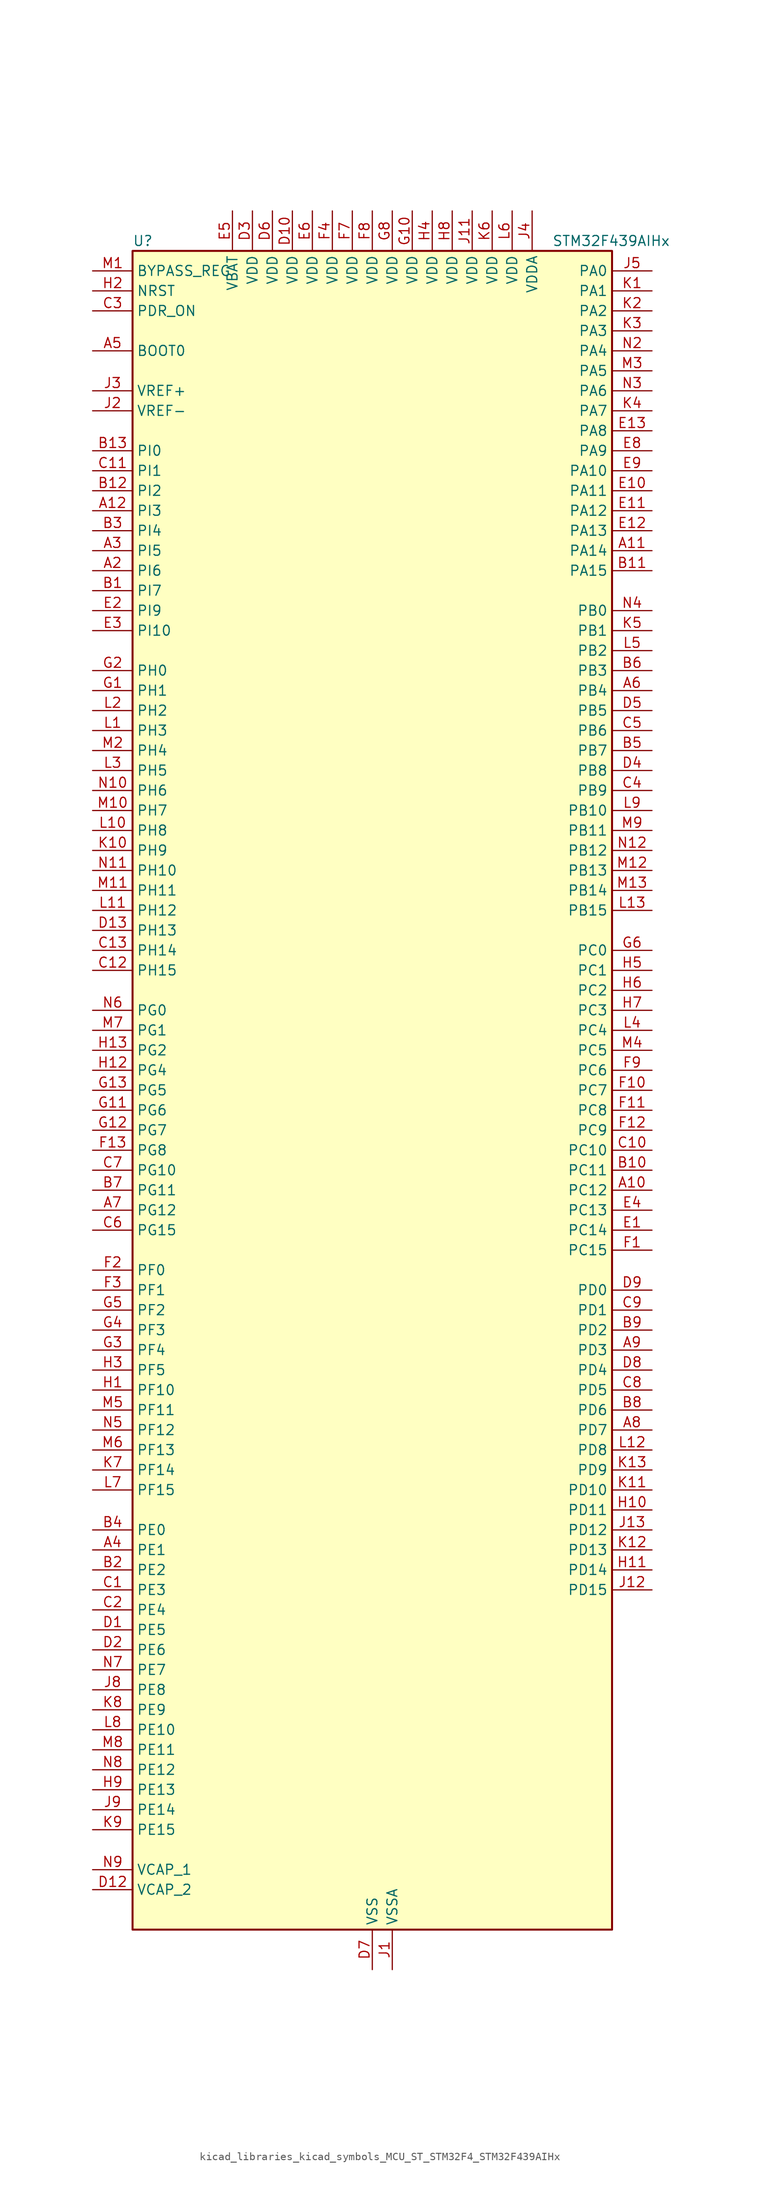
<source format=kicad_sym>
(kicad_symbol_lib
  (version 20220914)
  (generator kicad_symbol_editor)
  (symbol "kicad_libraries_kicad_symbols_MCU_ST_STM32F4_STM32F439AIHx"
    (property "Reference" "U"
      (at -30.48 107.95 0)
      (effects (font (size 1.27 1.27)) (justify left)))
    (property "Value" "STM32F439AIHx"
      (at 22.86 107.95 0)
      (effects (font (size 1.27 1.27)) (justify left)))
    (property "ki_locked" ""
      (at 0 0 0)
      (effects (font (size 1.27 1.27))))
    (symbol "kicad_libraries_kicad_symbols_MCU_ST_STM32F4_STM32F439AIHx_0_1"
      (rectangle (start -30.48 -106.68) (end 30.48 106.68) (stroke (width 0.254) (type default)) (fill (type background))))
    (symbol "kicad_libraries_kicad_symbols_MCU_ST_STM32F4_STM32F439AIHx_1_1"
      (pin no_connect line (at -30.48 -106.68 0) (length 5.08) hide (name "NC" (effects (font (size 1.27 1.27)))) (number "A1" (effects (font (size 1.27 1.27)))))
      (pin bidirectional line (at 35.56 -12.7 180) (length 5.08) (name "PC12" (effects (font (size 1.27 1.27)))) (number "A10" (effects (font (size 1.27 1.27)))) (alternate "DCMI_D9" bidirectional line) (alternate "I2S3_SD" bidirectional line) (alternate "SDIO_CK" bidirectional line) (alternate "SPI3_MOSI" bidirectional line) (alternate "UART5_TX" bidirectional line) (alternate "USART3_CK" bidirectional line))
      (pin bidirectional line (at 35.56 68.58 180) (length 5.08) (name "PA14" (effects (font (size 1.27 1.27)))) (number "A11" (effects (font (size 1.27 1.27)))) (alternate "SYS_JTCK-SWCLK" bidirectional line))
      (pin bidirectional line (at -35.56 73.66 0) (length 5.08) (name "PI3" (effects (font (size 1.27 1.27)))) (number "A12" (effects (font (size 1.27 1.27)))) (alternate "DCMI_D10" bidirectional line) (alternate "FMC_D27" bidirectional line) (alternate "I2S2_SD" bidirectional line) (alternate "SPI2_MOSI" bidirectional line) (alternate "TIM8_ETR" bidirectional line))
      (pin no_connect line (at -30.48 -104.14 0) (length 5.08) hide (name "NC" (effects (font (size 1.27 1.27)))) (number "A13" (effects (font (size 1.27 1.27)))))
      (pin bidirectional line (at -35.56 66.04 0) (length 5.08) (name "PI6" (effects (font (size 1.27 1.27)))) (number "A2" (effects (font (size 1.27 1.27)))) (alternate "DCMI_D6" bidirectional line) (alternate "FMC_D28" bidirectional line) (alternate "LTDC_B6" bidirectional line) (alternate "TIM8_CH2" bidirectional line))
      (pin bidirectional line (at -35.56 68.58 0) (length 5.08) (name "PI5" (effects (font (size 1.27 1.27)))) (number "A3" (effects (font (size 1.27 1.27)))) (alternate "DCMI_VSYNC" bidirectional line) (alternate "FMC_NBL3" bidirectional line) (alternate "LTDC_B5" bidirectional line) (alternate "TIM8_CH1" bidirectional line))
      (pin bidirectional line (at -35.56 -58.42 0) (length 5.08) (name "PE1" (effects (font (size 1.27 1.27)))) (number "A4" (effects (font (size 1.27 1.27)))) (alternate "DCMI_D3" bidirectional line) (alternate "FMC_NBL1" bidirectional line) (alternate "UART8_TX" bidirectional line))
      (pin input line (at -35.56 93.98 0) (length 5.08) (name "BOOT0" (effects (font (size 1.27 1.27)))) (number "A5" (effects (font (size 1.27 1.27)))))
      (pin bidirectional line (at 35.56 50.8 180) (length 5.08) (name "PB4" (effects (font (size 1.27 1.27)))) (number "A6" (effects (font (size 1.27 1.27)))) (alternate "I2S3_ext_SD" bidirectional line) (alternate "SPI1_MISO" bidirectional line) (alternate "SPI3_MISO" bidirectional line) (alternate "SYS_JTRST" bidirectional line) (alternate "TIM3_CH1" bidirectional line))
      (pin bidirectional line (at -35.56 -15.24 0) (length 5.08) (name "PG12" (effects (font (size 1.27 1.27)))) (number "A7" (effects (font (size 1.27 1.27)))) (alternate "FMC_NE4" bidirectional line) (alternate "LTDC_B1" bidirectional line) (alternate "LTDC_B4" bidirectional line) (alternate "USART6_RTS" bidirectional line))
      (pin bidirectional line (at 35.56 -43.18 180) (length 5.08) (name "PD7" (effects (font (size 1.27 1.27)))) (number "A8" (effects (font (size 1.27 1.27)))) (alternate "FMC_NCE2" bidirectional line) (alternate "FMC_NE1" bidirectional line) (alternate "USART2_CK" bidirectional line))
      (pin bidirectional line (at 35.56 -33.02 180) (length 5.08) (name "PD3" (effects (font (size 1.27 1.27)))) (number "A9" (effects (font (size 1.27 1.27)))) (alternate "DCMI_D5" bidirectional line) (alternate "FMC_CLK" bidirectional line) (alternate "I2S2_CK" bidirectional line) (alternate "LTDC_G7" bidirectional line) (alternate "SPI2_SCK" bidirectional line) (alternate "USART2_CTS" bidirectional line))
      (pin bidirectional line (at -35.56 63.5 0) (length 5.08) (name "PI7" (effects (font (size 1.27 1.27)))) (number "B1" (effects (font (size 1.27 1.27)))) (alternate "DCMI_D7" bidirectional line) (alternate "FMC_D29" bidirectional line) (alternate "LTDC_B7" bidirectional line) (alternate "TIM8_CH3" bidirectional line))
      (pin bidirectional line (at 35.56 -10.16 180) (length 5.08) (name "PC11" (effects (font (size 1.27 1.27)))) (number "B10" (effects (font (size 1.27 1.27)))) (alternate "ADC1_EXTI11" bidirectional line) (alternate "ADC2_EXTI11" bidirectional line) (alternate "ADC3_EXTI11" bidirectional line) (alternate "DCMI_D4" bidirectional line) (alternate "I2S3_ext_SD" bidirectional line) (alternate "SDIO_D3" bidirectional line) (alternate "SPI3_MISO" bidirectional line) (alternate "UART4_RX" bidirectional line) (alternate "USART3_RX" bidirectional line))
      (pin bidirectional line (at 35.56 66.04 180) (length 5.08) (name "PA15" (effects (font (size 1.27 1.27)))) (number "B11" (effects (font (size 1.27 1.27)))) (alternate "ADC1_EXTI15" bidirectional line) (alternate "ADC2_EXTI15" bidirectional line) (alternate "ADC3_EXTI15" bidirectional line) (alternate "I2S3_WS" bidirectional line) (alternate "SPI1_NSS" bidirectional line) (alternate "SPI3_NSS" bidirectional line) (alternate "SYS_JTDI" bidirectional line) (alternate "TIM2_CH1" bidirectional line) (alternate "TIM2_ETR" bidirectional line))
      (pin bidirectional line (at -35.56 76.2 0) (length 5.08) (name "PI2" (effects (font (size 1.27 1.27)))) (number "B12" (effects (font (size 1.27 1.27)))) (alternate "DCMI_D9" bidirectional line) (alternate "FMC_D26" bidirectional line) (alternate "I2S2_ext_SD" bidirectional line) (alternate "LTDC_G7" bidirectional line) (alternate "SPI2_MISO" bidirectional line) (alternate "TIM8_CH4" bidirectional line))
      (pin bidirectional line (at -35.56 81.28 0) (length 5.08) (name "PI0" (effects (font (size 1.27 1.27)))) (number "B13" (effects (font (size 1.27 1.27)))) (alternate "DCMI_D13" bidirectional line) (alternate "FMC_D24" bidirectional line) (alternate "I2S2_WS" bidirectional line) (alternate "LTDC_G5" bidirectional line) (alternate "SPI2_NSS" bidirectional line) (alternate "TIM5_CH4" bidirectional line))
      (pin bidirectional line (at -35.56 -60.96 0) (length 5.08) (name "PE2" (effects (font (size 1.27 1.27)))) (number "B2" (effects (font (size 1.27 1.27)))) (alternate "ETH_TXD3" bidirectional line) (alternate "FMC_A23" bidirectional line) (alternate "SAI1_MCLK_A" bidirectional line) (alternate "SPI4_SCK" bidirectional line) (alternate "SYS_TRACECLK" bidirectional line))
      (pin bidirectional line (at -35.56 71.12 0) (length 5.08) (name "PI4" (effects (font (size 1.27 1.27)))) (number "B3" (effects (font (size 1.27 1.27)))) (alternate "DCMI_D5" bidirectional line) (alternate "FMC_NBL2" bidirectional line) (alternate "LTDC_B4" bidirectional line) (alternate "TIM8_BKIN" bidirectional line))
      (pin bidirectional line (at -35.56 -55.88 0) (length 5.08) (name "PE0" (effects (font (size 1.27 1.27)))) (number "B4" (effects (font (size 1.27 1.27)))) (alternate "DCMI_D2" bidirectional line) (alternate "FMC_NBL0" bidirectional line) (alternate "TIM4_ETR" bidirectional line) (alternate "UART8_RX" bidirectional line))
      (pin bidirectional line (at 35.56 43.18 180) (length 5.08) (name "PB7" (effects (font (size 1.27 1.27)))) (number "B5" (effects (font (size 1.27 1.27)))) (alternate "DCMI_VSYNC" bidirectional line) (alternate "FMC_NL" bidirectional line) (alternate "I2C1_SDA" bidirectional line) (alternate "TIM4_CH2" bidirectional line) (alternate "USART1_RX" bidirectional line))
      (pin bidirectional line (at 35.56 53.34 180) (length 5.08) (name "PB3" (effects (font (size 1.27 1.27)))) (number "B6" (effects (font (size 1.27 1.27)))) (alternate "I2S3_CK" bidirectional line) (alternate "SPI1_SCK" bidirectional line) (alternate "SPI3_SCK" bidirectional line) (alternate "SYS_JTDO-SWO" bidirectional line) (alternate "TIM2_CH2" bidirectional line))
      (pin bidirectional line (at -35.56 -12.7 0) (length 5.08) (name "PG11" (effects (font (size 1.27 1.27)))) (number "B7" (effects (font (size 1.27 1.27)))) (alternate "ADC1_EXTI11" bidirectional line) (alternate "ADC2_EXTI11" bidirectional line) (alternate "ADC3_EXTI11" bidirectional line) (alternate "DCMI_D3" bidirectional line) (alternate "ETH_TX_EN" bidirectional line) (alternate "LTDC_B3" bidirectional line))
      (pin bidirectional line (at 35.56 -40.64 180) (length 5.08) (name "PD6" (effects (font (size 1.27 1.27)))) (number "B8" (effects (font (size 1.27 1.27)))) (alternate "DCMI_D10" bidirectional line) (alternate "FMC_NWAIT" bidirectional line) (alternate "I2S3_SD" bidirectional line) (alternate "LTDC_B2" bidirectional line) (alternate "SAI1_SD_A" bidirectional line) (alternate "SPI3_MOSI" bidirectional line) (alternate "USART2_RX" bidirectional line))
      (pin bidirectional line (at 35.56 -30.48 180) (length 5.08) (name "PD2" (effects (font (size 1.27 1.27)))) (number "B9" (effects (font (size 1.27 1.27)))) (alternate "DCMI_D11" bidirectional line) (alternate "SDIO_CMD" bidirectional line) (alternate "TIM3_ETR" bidirectional line) (alternate "UART5_RX" bidirectional line))
      (pin bidirectional line (at -35.56 -63.5 0) (length 5.08) (name "PE3" (effects (font (size 1.27 1.27)))) (number "C1" (effects (font (size 1.27 1.27)))) (alternate "FMC_A19" bidirectional line) (alternate "SAI1_SD_B" bidirectional line) (alternate "SYS_TRACED0" bidirectional line))
      (pin bidirectional line (at 35.56 -7.62 180) (length 5.08) (name "PC10" (effects (font (size 1.27 1.27)))) (number "C10" (effects (font (size 1.27 1.27)))) (alternate "DCMI_D8" bidirectional line) (alternate "I2S3_CK" bidirectional line) (alternate "LTDC_R2" bidirectional line) (alternate "SDIO_D2" bidirectional line) (alternate "SPI3_SCK" bidirectional line) (alternate "UART4_TX" bidirectional line) (alternate "USART3_TX" bidirectional line))
      (pin bidirectional line (at -35.56 78.74 0) (length 5.08) (name "PI1" (effects (font (size 1.27 1.27)))) (number "C11" (effects (font (size 1.27 1.27)))) (alternate "DCMI_D8" bidirectional line) (alternate "FMC_D25" bidirectional line) (alternate "I2S2_CK" bidirectional line) (alternate "LTDC_G6" bidirectional line) (alternate "SPI2_SCK" bidirectional line))
      (pin bidirectional line (at -35.56 15.24 0) (length 5.08) (name "PH15" (effects (font (size 1.27 1.27)))) (number "C12" (effects (font (size 1.27 1.27)))) (alternate "ADC1_EXTI15" bidirectional line) (alternate "ADC2_EXTI15" bidirectional line) (alternate "ADC3_EXTI15" bidirectional line) (alternate "DCMI_D11" bidirectional line) (alternate "FMC_D23" bidirectional line) (alternate "LTDC_G4" bidirectional line) (alternate "TIM8_CH3N" bidirectional line))
      (pin bidirectional line (at -35.56 17.78 0) (length 5.08) (name "PH14" (effects (font (size 1.27 1.27)))) (number "C13" (effects (font (size 1.27 1.27)))) (alternate "DCMI_D4" bidirectional line) (alternate "FMC_D22" bidirectional line) (alternate "LTDC_G3" bidirectional line) (alternate "TIM8_CH2N" bidirectional line))
      (pin bidirectional line (at -35.56 -66.04 0) (length 5.08) (name "PE4" (effects (font (size 1.27 1.27)))) (number "C2" (effects (font (size 1.27 1.27)))) (alternate "DCMI_D4" bidirectional line) (alternate "FMC_A20" bidirectional line) (alternate "LTDC_B0" bidirectional line) (alternate "SAI1_FS_A" bidirectional line) (alternate "SPI4_NSS" bidirectional line) (alternate "SYS_TRACED1" bidirectional line))
      (pin input line (at -35.56 99.06 0) (length 5.08) (name "PDR_ON" (effects (font (size 1.27 1.27)))) (number "C3" (effects (font (size 1.27 1.27)))))
      (pin bidirectional line (at 35.56 38.1 180) (length 5.08) (name "PB9" (effects (font (size 1.27 1.27)))) (number "C4" (effects (font (size 1.27 1.27)))) (alternate "CAN1_TX" bidirectional line) (alternate "DAC_EXTI9" bidirectional line) (alternate "DCMI_D7" bidirectional line) (alternate "I2C1_SDA" bidirectional line) (alternate "I2S2_WS" bidirectional line) (alternate "LTDC_B7" bidirectional line) (alternate "SDIO_D5" bidirectional line) (alternate "SPI2_NSS" bidirectional line) (alternate "TIM11_CH1" bidirectional line) (alternate "TIM4_CH4" bidirectional line))
      (pin bidirectional line (at 35.56 45.72 180) (length 5.08) (name "PB6" (effects (font (size 1.27 1.27)))) (number "C5" (effects (font (size 1.27 1.27)))) (alternate "CAN2_TX" bidirectional line) (alternate "DCMI_D5" bidirectional line) (alternate "FMC_SDNE1" bidirectional line) (alternate "I2C1_SCL" bidirectional line) (alternate "TIM4_CH1" bidirectional line) (alternate "USART1_TX" bidirectional line))
      (pin bidirectional line (at -35.56 -17.78 0) (length 5.08) (name "PG15" (effects (font (size 1.27 1.27)))) (number "C6" (effects (font (size 1.27 1.27)))) (alternate "ADC1_EXTI15" bidirectional line) (alternate "ADC2_EXTI15" bidirectional line) (alternate "ADC3_EXTI15" bidirectional line) (alternate "DCMI_D13" bidirectional line) (alternate "FMC_SDNCAS" bidirectional line) (alternate "USART6_CTS" bidirectional line))
      (pin bidirectional line (at -35.56 -10.16 0) (length 5.08) (name "PG10" (effects (font (size 1.27 1.27)))) (number "C7" (effects (font (size 1.27 1.27)))) (alternate "DCMI_D2" bidirectional line) (alternate "FMC_NE3" bidirectional line) (alternate "LTDC_B2" bidirectional line) (alternate "LTDC_G3" bidirectional line))
      (pin bidirectional line (at 35.56 -38.1 180) (length 5.08) (name "PD5" (effects (font (size 1.27 1.27)))) (number "C8" (effects (font (size 1.27 1.27)))) (alternate "FMC_NWE" bidirectional line) (alternate "USART2_TX" bidirectional line))
      (pin bidirectional line (at 35.56 -27.94 180) (length 5.08) (name "PD1" (effects (font (size 1.27 1.27)))) (number "C9" (effects (font (size 1.27 1.27)))) (alternate "CAN1_TX" bidirectional line) (alternate "FMC_D3" bidirectional line) (alternate "FMC_DA3" bidirectional line))
      (pin bidirectional line (at -35.56 -68.58 0) (length 5.08) (name "PE5" (effects (font (size 1.27 1.27)))) (number "D1" (effects (font (size 1.27 1.27)))) (alternate "DCMI_D6" bidirectional line) (alternate "FMC_A21" bidirectional line) (alternate "LTDC_G0" bidirectional line) (alternate "SAI1_SCK_A" bidirectional line) (alternate "SPI4_MISO" bidirectional line) (alternate "SYS_TRACED2" bidirectional line) (alternate "TIM9_CH1" bidirectional line))
      (pin power_in line (at -10.16 111.76 270) (length 5.08) (name "VDD" (effects (font (size 1.27 1.27)))) (number "D10" (effects (font (size 1.27 1.27)))))
      (pin passive line (at 0 -111.76 90) (length 5.08) hide (name "VSS" (effects (font (size 1.27 1.27)))) (number "D11" (effects (font (size 1.27 1.27)))))
      (pin power_out line (at -35.56 -101.6 0) (length 5.08) (name "VCAP_2" (effects (font (size 1.27 1.27)))) (number "D12" (effects (font (size 1.27 1.27)))))
      (pin bidirectional line (at -35.56 20.32 0) (length 5.08) (name "PH13" (effects (font (size 1.27 1.27)))) (number "D13" (effects (font (size 1.27 1.27)))) (alternate "CAN1_TX" bidirectional line) (alternate "FMC_D21" bidirectional line) (alternate "LTDC_G2" bidirectional line) (alternate "TIM8_CH1N" bidirectional line))
      (pin bidirectional line (at -35.56 -71.12 0) (length 5.08) (name "PE6" (effects (font (size 1.27 1.27)))) (number "D2" (effects (font (size 1.27 1.27)))) (alternate "DCMI_D7" bidirectional line) (alternate "FMC_A22" bidirectional line) (alternate "LTDC_G1" bidirectional line) (alternate "SAI1_SD_A" bidirectional line) (alternate "SPI4_MOSI" bidirectional line) (alternate "SYS_TRACED3" bidirectional line) (alternate "TIM9_CH2" bidirectional line))
      (pin power_in line (at -15.24 111.76 270) (length 5.08) (name "VDD" (effects (font (size 1.27 1.27)))) (number "D3" (effects (font (size 1.27 1.27)))))
      (pin bidirectional line (at 35.56 40.64 180) (length 5.08) (name "PB8" (effects (font (size 1.27 1.27)))) (number "D4" (effects (font (size 1.27 1.27)))) (alternate "CAN1_RX" bidirectional line) (alternate "DCMI_D6" bidirectional line) (alternate "ETH_TXD3" bidirectional line) (alternate "I2C1_SCL" bidirectional line) (alternate "LTDC_B6" bidirectional line) (alternate "SDIO_D4" bidirectional line) (alternate "TIM10_CH1" bidirectional line) (alternate "TIM4_CH3" bidirectional line))
      (pin bidirectional line (at 35.56 48.26 180) (length 5.08) (name "PB5" (effects (font (size 1.27 1.27)))) (number "D5" (effects (font (size 1.27 1.27)))) (alternate "CAN2_RX" bidirectional line) (alternate "DCMI_D10" bidirectional line) (alternate "ETH_PPS_OUT" bidirectional line) (alternate "FMC_SDCKE1" bidirectional line) (alternate "I2C1_SMBA" bidirectional line) (alternate "I2S3_SD" bidirectional line) (alternate "SPI1_MOSI" bidirectional line) (alternate "SPI3_MOSI" bidirectional line) (alternate "TIM3_CH2" bidirectional line) (alternate "USB_OTG_HS_ULPI_D7" bidirectional line))
      (pin power_in line (at -12.7 111.76 270) (length 5.08) (name "VDD" (effects (font (size 1.27 1.27)))) (number "D6" (effects (font (size 1.27 1.27)))))
      (pin power_in line (at 0 -111.76 90) (length 5.08) (name "VSS" (effects (font (size 1.27 1.27)))) (number "D7" (effects (font (size 1.27 1.27)))))
      (pin bidirectional line (at 35.56 -35.56 180) (length 5.08) (name "PD4" (effects (font (size 1.27 1.27)))) (number "D8" (effects (font (size 1.27 1.27)))) (alternate "FMC_NOE" bidirectional line) (alternate "USART2_RTS" bidirectional line))
      (pin bidirectional line (at 35.56 -25.4 180) (length 5.08) (name "PD0" (effects (font (size 1.27 1.27)))) (number "D9" (effects (font (size 1.27 1.27)))) (alternate "CAN1_RX" bidirectional line) (alternate "FMC_D2" bidirectional line) (alternate "FMC_DA2" bidirectional line))
      (pin bidirectional line (at 35.56 -17.78 180) (length 5.08) (name "PC14" (effects (font (size 1.27 1.27)))) (number "E1" (effects (font (size 1.27 1.27)))) (alternate "RCC_OSC32_IN" bidirectional line))
      (pin bidirectional line (at 35.56 76.2 180) (length 5.08) (name "PA11" (effects (font (size 1.27 1.27)))) (number "E10" (effects (font (size 1.27 1.27)))) (alternate "ADC1_EXTI11" bidirectional line) (alternate "ADC2_EXTI11" bidirectional line) (alternate "ADC3_EXTI11" bidirectional line) (alternate "CAN1_RX" bidirectional line) (alternate "LTDC_R4" bidirectional line) (alternate "TIM1_CH4" bidirectional line) (alternate "USART1_CTS" bidirectional line) (alternate "USB_OTG_FS_DM" bidirectional line))
      (pin bidirectional line (at 35.56 73.66 180) (length 5.08) (name "PA12" (effects (font (size 1.27 1.27)))) (number "E11" (effects (font (size 1.27 1.27)))) (alternate "CAN1_TX" bidirectional line) (alternate "LTDC_R5" bidirectional line) (alternate "TIM1_ETR" bidirectional line) (alternate "USART1_RTS" bidirectional line) (alternate "USB_OTG_FS_DP" bidirectional line))
      (pin bidirectional line (at 35.56 71.12 180) (length 5.08) (name "PA13" (effects (font (size 1.27 1.27)))) (number "E12" (effects (font (size 1.27 1.27)))) (alternate "SYS_JTMS-SWDIO" bidirectional line))
      (pin bidirectional line (at 35.56 83.82 180) (length 5.08) (name "PA8" (effects (font (size 1.27 1.27)))) (number "E13" (effects (font (size 1.27 1.27)))) (alternate "I2C3_SCL" bidirectional line) (alternate "LTDC_R6" bidirectional line) (alternate "RCC_MCO_1" bidirectional line) (alternate "TIM1_CH1" bidirectional line) (alternate "USART1_CK" bidirectional line) (alternate "USB_OTG_FS_SOF" bidirectional line))
      (pin bidirectional line (at -35.56 60.96 0) (length 5.08) (name "PI9" (effects (font (size 1.27 1.27)))) (number "E2" (effects (font (size 1.27 1.27)))) (alternate "CAN1_RX" bidirectional line) (alternate "DAC_EXTI9" bidirectional line) (alternate "FMC_D30" bidirectional line) (alternate "LTDC_VSYNC" bidirectional line))
      (pin bidirectional line (at -35.56 58.42 0) (length 5.08) (name "PI10" (effects (font (size 1.27 1.27)))) (number "E3" (effects (font (size 1.27 1.27)))) (alternate "ETH_RX_ER" bidirectional line) (alternate "FMC_D31" bidirectional line) (alternate "LTDC_HSYNC" bidirectional line))
      (pin bidirectional line (at 35.56 -15.24 180) (length 5.08) (name "PC13" (effects (font (size 1.27 1.27)))) (number "E4" (effects (font (size 1.27 1.27)))) (alternate "RTC_AF1" bidirectional line))
      (pin power_in line (at -17.78 111.76 270) (length 5.08) (name "VBAT" (effects (font (size 1.27 1.27)))) (number "E5" (effects (font (size 1.27 1.27)))))
      (pin power_in line (at -7.62 111.76 270) (length 5.08) (name "VDD" (effects (font (size 1.27 1.27)))) (number "E6" (effects (font (size 1.27 1.27)))))
      (pin passive line (at 0 -111.76 90) (length 5.08) hide (name "VSS" (effects (font (size 1.27 1.27)))) (number "E7" (effects (font (size 1.27 1.27)))))
      (pin bidirectional line (at 35.56 81.28 180) (length 5.08) (name "PA9" (effects (font (size 1.27 1.27)))) (number "E8" (effects (font (size 1.27 1.27)))) (alternate "DAC_EXTI9" bidirectional line) (alternate "DCMI_D0" bidirectional line) (alternate "I2C3_SMBA" bidirectional line) (alternate "TIM1_CH2" bidirectional line) (alternate "USART1_TX" bidirectional line) (alternate "USB_OTG_FS_VBUS" bidirectional line))
      (pin bidirectional line (at 35.56 78.74 180) (length 5.08) (name "PA10" (effects (font (size 1.27 1.27)))) (number "E9" (effects (font (size 1.27 1.27)))) (alternate "DCMI_D1" bidirectional line) (alternate "TIM1_CH3" bidirectional line) (alternate "USART1_RX" bidirectional line) (alternate "USB_OTG_FS_ID" bidirectional line))
      (pin bidirectional line (at 35.56 -20.32 180) (length 5.08) (name "PC15" (effects (font (size 1.27 1.27)))) (number "F1" (effects (font (size 1.27 1.27)))) (alternate "ADC1_EXTI15" bidirectional line) (alternate "ADC2_EXTI15" bidirectional line) (alternate "ADC3_EXTI15" bidirectional line) (alternate "RCC_OSC32_OUT" bidirectional line))
      (pin bidirectional line (at 35.56 0 180) (length 5.08) (name "PC7" (effects (font (size 1.27 1.27)))) (number "F10" (effects (font (size 1.27 1.27)))) (alternate "DCMI_D1" bidirectional line) (alternate "I2S3_MCK" bidirectional line) (alternate "LTDC_G6" bidirectional line) (alternate "SDIO_D7" bidirectional line) (alternate "TIM3_CH2" bidirectional line) (alternate "TIM8_CH2" bidirectional line) (alternate "USART6_RX" bidirectional line))
      (pin bidirectional line (at 35.56 -2.54 180) (length 5.08) (name "PC8" (effects (font (size 1.27 1.27)))) (number "F11" (effects (font (size 1.27 1.27)))) (alternate "DCMI_D2" bidirectional line) (alternate "SDIO_D0" bidirectional line) (alternate "TIM3_CH3" bidirectional line) (alternate "TIM8_CH3" bidirectional line) (alternate "USART6_CK" bidirectional line))
      (pin bidirectional line (at 35.56 -5.08 180) (length 5.08) (name "PC9" (effects (font (size 1.27 1.27)))) (number "F12" (effects (font (size 1.27 1.27)))) (alternate "DAC_EXTI9" bidirectional line) (alternate "DCMI_D3" bidirectional line) (alternate "I2C3_SDA" bidirectional line) (alternate "I2S_CKIN" bidirectional line) (alternate "RCC_MCO_2" bidirectional line) (alternate "SDIO_D1" bidirectional line) (alternate "TIM3_CH4" bidirectional line) (alternate "TIM8_CH4" bidirectional line))
      (pin bidirectional line (at -35.56 -7.62 0) (length 5.08) (name "PG8" (effects (font (size 1.27 1.27)))) (number "F13" (effects (font (size 1.27 1.27)))) (alternate "ETH_PPS_OUT" bidirectional line) (alternate "FMC_SDCLK" bidirectional line) (alternate "USART6_RTS" bidirectional line))
      (pin bidirectional line (at -35.56 -22.86 0) (length 5.08) (name "PF0" (effects (font (size 1.27 1.27)))) (number "F2" (effects (font (size 1.27 1.27)))) (alternate "FMC_A0" bidirectional line) (alternate "I2C2_SDA" bidirectional line))
      (pin bidirectional line (at -35.56 -25.4 0) (length 5.08) (name "PF1" (effects (font (size 1.27 1.27)))) (number "F3" (effects (font (size 1.27 1.27)))) (alternate "FMC_A1" bidirectional line) (alternate "I2C2_SCL" bidirectional line))
      (pin power_in line (at -5.08 111.76 270) (length 5.08) (name "VDD" (effects (font (size 1.27 1.27)))) (number "F4" (effects (font (size 1.27 1.27)))))
      (pin passive line (at 0 -111.76 90) (length 5.08) hide (name "VSS" (effects (font (size 1.27 1.27)))) (number "F5" (effects (font (size 1.27 1.27)))))
      (pin passive line (at 0 -111.76 90) (length 5.08) hide (name "VSS" (effects (font (size 1.27 1.27)))) (number "F6" (effects (font (size 1.27 1.27)))))
      (pin power_in line (at -2.54 111.76 270) (length 5.08) (name "VDD" (effects (font (size 1.27 1.27)))) (number "F7" (effects (font (size 1.27 1.27)))))
      (pin power_in line (at 0 111.76 270) (length 5.08) (name "VDD" (effects (font (size 1.27 1.27)))) (number "F8" (effects (font (size 1.27 1.27)))))
      (pin bidirectional line (at 35.56 2.54 180) (length 5.08) (name "PC6" (effects (font (size 1.27 1.27)))) (number "F9" (effects (font (size 1.27 1.27)))) (alternate "DCMI_D0" bidirectional line) (alternate "I2S2_MCK" bidirectional line) (alternate "LTDC_HSYNC" bidirectional line) (alternate "SDIO_D6" bidirectional line) (alternate "TIM3_CH1" bidirectional line) (alternate "TIM8_CH1" bidirectional line) (alternate "USART6_TX" bidirectional line))
      (pin bidirectional line (at -35.56 50.8 0) (length 5.08) (name "PH1" (effects (font (size 1.27 1.27)))) (number "G1" (effects (font (size 1.27 1.27)))) (alternate "RCC_OSC_OUT" bidirectional line))
      (pin power_in line (at 5.08 111.76 270) (length 5.08) (name "VDD" (effects (font (size 1.27 1.27)))) (number "G10" (effects (font (size 1.27 1.27)))))
      (pin bidirectional line (at -35.56 -2.54 0) (length 5.08) (name "PG6" (effects (font (size 1.27 1.27)))) (number "G11" (effects (font (size 1.27 1.27)))) (alternate "DCMI_D12" bidirectional line) (alternate "FMC_INT2" bidirectional line) (alternate "LTDC_R7" bidirectional line))
      (pin bidirectional line (at -35.56 -5.08 0) (length 5.08) (name "PG7" (effects (font (size 1.27 1.27)))) (number "G12" (effects (font (size 1.27 1.27)))) (alternate "DCMI_D13" bidirectional line) (alternate "LTDC_CLK" bidirectional line) (alternate "USART6_CK" bidirectional line))
      (pin bidirectional line (at -35.56 0 0) (length 5.08) (name "PG5" (effects (font (size 1.27 1.27)))) (number "G13" (effects (font (size 1.27 1.27)))) (alternate "FMC_A15" bidirectional line) (alternate "FMC_BA1" bidirectional line))
      (pin bidirectional line (at -35.56 53.34 0) (length 5.08) (name "PH0" (effects (font (size 1.27 1.27)))) (number "G2" (effects (font (size 1.27 1.27)))) (alternate "RCC_OSC_IN" bidirectional line))
      (pin bidirectional line (at -35.56 -33.02 0) (length 5.08) (name "PF4" (effects (font (size 1.27 1.27)))) (number "G3" (effects (font (size 1.27 1.27)))) (alternate "ADC3_IN14" bidirectional line) (alternate "FMC_A4" bidirectional line))
      (pin bidirectional line (at -35.56 -30.48 0) (length 5.08) (name "PF3" (effects (font (size 1.27 1.27)))) (number "G4" (effects (font (size 1.27 1.27)))) (alternate "ADC3_IN9" bidirectional line) (alternate "FMC_A3" bidirectional line))
      (pin bidirectional line (at -35.56 -27.94 0) (length 5.08) (name "PF2" (effects (font (size 1.27 1.27)))) (number "G5" (effects (font (size 1.27 1.27)))) (alternate "FMC_A2" bidirectional line) (alternate "I2C2_SMBA" bidirectional line))
      (pin bidirectional line (at 35.56 17.78 180) (length 5.08) (name "PC0" (effects (font (size 1.27 1.27)))) (number "G6" (effects (font (size 1.27 1.27)))) (alternate "ADC1_IN10" bidirectional line) (alternate "ADC2_IN10" bidirectional line) (alternate "ADC3_IN10" bidirectional line) (alternate "FMC_SDNWE" bidirectional line) (alternate "USB_OTG_HS_ULPI_STP" bidirectional line))
      (pin passive line (at 0 -111.76 90) (length 5.08) hide (name "VSS" (effects (font (size 1.27 1.27)))) (number "G7" (effects (font (size 1.27 1.27)))))
      (pin power_in line (at 2.54 111.76 270) (length 5.08) (name "VDD" (effects (font (size 1.27 1.27)))) (number "G8" (effects (font (size 1.27 1.27)))))
      (pin passive line (at 0 -111.76 90) (length 5.08) hide (name "VSS" (effects (font (size 1.27 1.27)))) (number "G9" (effects (font (size 1.27 1.27)))))
      (pin bidirectional line (at -35.56 -38.1 0) (length 5.08) (name "PF10" (effects (font (size 1.27 1.27)))) (number "H1" (effects (font (size 1.27 1.27)))) (alternate "ADC3_IN8" bidirectional line) (alternate "DCMI_D11" bidirectional line) (alternate "LTDC_DE" bidirectional line))
      (pin bidirectional line (at 35.56 -53.34 180) (length 5.08) (name "PD11" (effects (font (size 1.27 1.27)))) (number "H10" (effects (font (size 1.27 1.27)))) (alternate "ADC1_EXTI11" bidirectional line) (alternate "ADC2_EXTI11" bidirectional line) (alternate "ADC3_EXTI11" bidirectional line) (alternate "FMC_A16" bidirectional line) (alternate "FMC_CLE" bidirectional line) (alternate "USART3_CTS" bidirectional line))
      (pin bidirectional line (at 35.56 -60.96 180) (length 5.08) (name "PD14" (effects (font (size 1.27 1.27)))) (number "H11" (effects (font (size 1.27 1.27)))) (alternate "FMC_D0" bidirectional line) (alternate "FMC_DA0" bidirectional line) (alternate "TIM4_CH3" bidirectional line))
      (pin bidirectional line (at -35.56 2.54 0) (length 5.08) (name "PG4" (effects (font (size 1.27 1.27)))) (number "H12" (effects (font (size 1.27 1.27)))) (alternate "FMC_A14" bidirectional line) (alternate "FMC_BA0" bidirectional line))
      (pin bidirectional line (at -35.56 5.08 0) (length 5.08) (name "PG2" (effects (font (size 1.27 1.27)))) (number "H13" (effects (font (size 1.27 1.27)))) (alternate "FMC_A12" bidirectional line))
      (pin input line (at -35.56 101.6 0) (length 5.08) (name "NRST" (effects (font (size 1.27 1.27)))) (number "H2" (effects (font (size 1.27 1.27)))))
      (pin bidirectional line (at -35.56 -35.56 0) (length 5.08) (name "PF5" (effects (font (size 1.27 1.27)))) (number "H3" (effects (font (size 1.27 1.27)))) (alternate "ADC3_IN15" bidirectional line) (alternate "FMC_A5" bidirectional line))
      (pin power_in line (at 7.62 111.76 270) (length 5.08) (name "VDD" (effects (font (size 1.27 1.27)))) (number "H4" (effects (font (size 1.27 1.27)))))
      (pin bidirectional line (at 35.56 15.24 180) (length 5.08) (name "PC1" (effects (font (size 1.27 1.27)))) (number "H5" (effects (font (size 1.27 1.27)))) (alternate "ADC1_IN11" bidirectional line) (alternate "ADC2_IN11" bidirectional line) (alternate "ADC3_IN11" bidirectional line) (alternate "ETH_MDC" bidirectional line))
      (pin bidirectional line (at 35.56 12.7 180) (length 5.08) (name "PC2" (effects (font (size 1.27 1.27)))) (number "H6" (effects (font (size 1.27 1.27)))) (alternate "ADC1_IN12" bidirectional line) (alternate "ADC2_IN12" bidirectional line) (alternate "ADC3_IN12" bidirectional line) (alternate "ETH_TXD2" bidirectional line) (alternate "FMC_SDNE0" bidirectional line) (alternate "I2S2_ext_SD" bidirectional line) (alternate "SPI2_MISO" bidirectional line) (alternate "USB_OTG_HS_ULPI_DIR" bidirectional line))
      (pin bidirectional line (at 35.56 10.16 180) (length 5.08) (name "PC3" (effects (font (size 1.27 1.27)))) (number "H7" (effects (font (size 1.27 1.27)))) (alternate "ADC1_IN13" bidirectional line) (alternate "ADC2_IN13" bidirectional line) (alternate "ADC3_IN13" bidirectional line) (alternate "ETH_TX_CLK" bidirectional line) (alternate "FMC_SDCKE0" bidirectional line) (alternate "I2S2_SD" bidirectional line) (alternate "SPI2_MOSI" bidirectional line) (alternate "USB_OTG_HS_ULPI_NXT" bidirectional line))
      (pin power_in line (at 10.16 111.76 270) (length 5.08) (name "VDD" (effects (font (size 1.27 1.27)))) (number "H8" (effects (font (size 1.27 1.27)))))
      (pin bidirectional line (at -35.56 -88.9 0) (length 5.08) (name "PE13" (effects (font (size 1.27 1.27)))) (number "H9" (effects (font (size 1.27 1.27)))) (alternate "FMC_D10" bidirectional line) (alternate "FMC_DA10" bidirectional line) (alternate "LTDC_DE" bidirectional line) (alternate "SPI4_MISO" bidirectional line) (alternate "TIM1_CH3" bidirectional line))
      (pin power_in line (at 2.54 -111.76 90) (length 5.08) (name "VSSA" (effects (font (size 1.27 1.27)))) (number "J1" (effects (font (size 1.27 1.27)))))
      (pin passive line (at 0 -111.76 90) (length 5.08) hide (name "VSS" (effects (font (size 1.27 1.27)))) (number "J10" (effects (font (size 1.27 1.27)))))
      (pin power_in line (at 12.7 111.76 270) (length 5.08) (name "VDD" (effects (font (size 1.27 1.27)))) (number "J11" (effects (font (size 1.27 1.27)))))
      (pin bidirectional line (at 35.56 -63.5 180) (length 5.08) (name "PD15" (effects (font (size 1.27 1.27)))) (number "J12" (effects (font (size 1.27 1.27)))) (alternate "ADC1_EXTI15" bidirectional line) (alternate "ADC2_EXTI15" bidirectional line) (alternate "ADC3_EXTI15" bidirectional line) (alternate "FMC_D1" bidirectional line) (alternate "FMC_DA1" bidirectional line) (alternate "TIM4_CH4" bidirectional line))
      (pin bidirectional line (at 35.56 -55.88 180) (length 5.08) (name "PD12" (effects (font (size 1.27 1.27)))) (number "J13" (effects (font (size 1.27 1.27)))) (alternate "FMC_A17" bidirectional line) (alternate "FMC_ALE" bidirectional line) (alternate "TIM4_CH1" bidirectional line) (alternate "USART3_RTS" bidirectional line))
      (pin input line (at -35.56 86.36 0) (length 5.08) (name "VREF-" (effects (font (size 1.27 1.27)))) (number "J2" (effects (font (size 1.27 1.27)))))
      (pin input line (at -35.56 88.9 0) (length 5.08) (name "VREF+" (effects (font (size 1.27 1.27)))) (number "J3" (effects (font (size 1.27 1.27)))))
      (pin power_in line (at 20.32 111.76 270) (length 5.08) (name "VDDA" (effects (font (size 1.27 1.27)))) (number "J4" (effects (font (size 1.27 1.27)))))
      (pin bidirectional line (at 35.56 104.14 180) (length 5.08) (name "PA0" (effects (font (size 1.27 1.27)))) (number "J5" (effects (font (size 1.27 1.27)))) (alternate "ADC1_IN0" bidirectional line) (alternate "ADC2_IN0" bidirectional line) (alternate "ADC3_IN0" bidirectional line) (alternate "ETH_CRS" bidirectional line) (alternate "SYS_WKUP" bidirectional line) (alternate "TIM2_CH1" bidirectional line) (alternate "TIM2_ETR" bidirectional line) (alternate "TIM5_CH1" bidirectional line) (alternate "TIM8_ETR" bidirectional line) (alternate "UART4_TX" bidirectional line) (alternate "USART2_CTS" bidirectional line))
      (pin passive line (at 0 -111.76 90) (length 5.08) hide (name "VSS" (effects (font (size 1.27 1.27)))) (number "J6" (effects (font (size 1.27 1.27)))))
      (pin passive line (at 0 -111.76 90) (length 5.08) hide (name "VSS" (effects (font (size 1.27 1.27)))) (number "J7" (effects (font (size 1.27 1.27)))))
      (pin bidirectional line (at -35.56 -76.2 0) (length 5.08) (name "PE8" (effects (font (size 1.27 1.27)))) (number "J8" (effects (font (size 1.27 1.27)))) (alternate "FMC_D5" bidirectional line) (alternate "FMC_DA5" bidirectional line) (alternate "TIM1_CH1N" bidirectional line) (alternate "UART7_TX" bidirectional line))
      (pin bidirectional line (at -35.56 -91.44 0) (length 5.08) (name "PE14" (effects (font (size 1.27 1.27)))) (number "J9" (effects (font (size 1.27 1.27)))) (alternate "FMC_D11" bidirectional line) (alternate "FMC_DA11" bidirectional line) (alternate "LTDC_CLK" bidirectional line) (alternate "SPI4_MOSI" bidirectional line) (alternate "TIM1_CH4" bidirectional line))
      (pin bidirectional line (at 35.56 101.6 180) (length 5.08) (name "PA1" (effects (font (size 1.27 1.27)))) (number "K1" (effects (font (size 1.27 1.27)))) (alternate "ADC1_IN1" bidirectional line) (alternate "ADC2_IN1" bidirectional line) (alternate "ADC3_IN1" bidirectional line) (alternate "ETH_REF_CLK" bidirectional line) (alternate "ETH_RX_CLK" bidirectional line) (alternate "TIM2_CH2" bidirectional line) (alternate "TIM5_CH2" bidirectional line) (alternate "UART4_RX" bidirectional line) (alternate "USART2_RTS" bidirectional line))
      (pin bidirectional line (at -35.56 30.48 0) (length 5.08) (name "PH9" (effects (font (size 1.27 1.27)))) (number "K10" (effects (font (size 1.27 1.27)))) (alternate "DAC_EXTI9" bidirectional line) (alternate "DCMI_D0" bidirectional line) (alternate "FMC_D17" bidirectional line) (alternate "I2C3_SMBA" bidirectional line) (alternate "LTDC_R3" bidirectional line) (alternate "TIM12_CH2" bidirectional line))
      (pin bidirectional line (at 35.56 -50.8 180) (length 5.08) (name "PD10" (effects (font (size 1.27 1.27)))) (number "K11" (effects (font (size 1.27 1.27)))) (alternate "FMC_D15" bidirectional line) (alternate "FMC_DA15" bidirectional line) (alternate "LTDC_B3" bidirectional line) (alternate "USART3_CK" bidirectional line))
      (pin bidirectional line (at 35.56 -58.42 180) (length 5.08) (name "PD13" (effects (font (size 1.27 1.27)))) (number "K12" (effects (font (size 1.27 1.27)))) (alternate "FMC_A18" bidirectional line) (alternate "TIM4_CH2" bidirectional line))
      (pin bidirectional line (at 35.56 -48.26 180) (length 5.08) (name "PD9" (effects (font (size 1.27 1.27)))) (number "K13" (effects (font (size 1.27 1.27)))) (alternate "DAC_EXTI9" bidirectional line) (alternate "FMC_D14" bidirectional line) (alternate "FMC_DA14" bidirectional line) (alternate "USART3_RX" bidirectional line))
      (pin bidirectional line (at 35.56 99.06 180) (length 5.08) (name "PA2" (effects (font (size 1.27 1.27)))) (number "K2" (effects (font (size 1.27 1.27)))) (alternate "ADC1_IN2" bidirectional line) (alternate "ADC2_IN2" bidirectional line) (alternate "ADC3_IN2" bidirectional line) (alternate "ETH_MDIO" bidirectional line) (alternate "TIM2_CH3" bidirectional line) (alternate "TIM5_CH3" bidirectional line) (alternate "TIM9_CH1" bidirectional line) (alternate "USART2_TX" bidirectional line))
      (pin bidirectional line (at 35.56 96.52 180) (length 5.08) (name "PA3" (effects (font (size 1.27 1.27)))) (number "K3" (effects (font (size 1.27 1.27)))) (alternate "ADC1_IN3" bidirectional line) (alternate "ADC2_IN3" bidirectional line) (alternate "ADC3_IN3" bidirectional line) (alternate "ETH_COL" bidirectional line) (alternate "LTDC_B5" bidirectional line) (alternate "TIM2_CH4" bidirectional line) (alternate "TIM5_CH4" bidirectional line) (alternate "TIM9_CH2" bidirectional line) (alternate "USART2_RX" bidirectional line) (alternate "USB_OTG_HS_ULPI_D0" bidirectional line))
      (pin bidirectional line (at 35.56 86.36 180) (length 5.08) (name "PA7" (effects (font (size 1.27 1.27)))) (number "K4" (effects (font (size 1.27 1.27)))) (alternate "ADC1_IN7" bidirectional line) (alternate "ADC2_IN7" bidirectional line) (alternate "ETH_CRS_DV" bidirectional line) (alternate "ETH_RX_DV" bidirectional line) (alternate "SPI1_MOSI" bidirectional line) (alternate "TIM14_CH1" bidirectional line) (alternate "TIM1_CH1N" bidirectional line) (alternate "TIM3_CH2" bidirectional line) (alternate "TIM8_CH1N" bidirectional line))
      (pin bidirectional line (at 35.56 58.42 180) (length 5.08) (name "PB1" (effects (font (size 1.27 1.27)))) (number "K5" (effects (font (size 1.27 1.27)))) (alternate "ADC1_IN9" bidirectional line) (alternate "ADC2_IN9" bidirectional line) (alternate "ETH_RXD3" bidirectional line) (alternate "LTDC_R6" bidirectional line) (alternate "TIM1_CH3N" bidirectional line) (alternate "TIM3_CH4" bidirectional line) (alternate "TIM8_CH3N" bidirectional line) (alternate "USB_OTG_HS_ULPI_D2" bidirectional line))
      (pin power_in line (at 15.24 111.76 270) (length 5.08) (name "VDD" (effects (font (size 1.27 1.27)))) (number "K6" (effects (font (size 1.27 1.27)))))
      (pin bidirectional line (at -35.56 -48.26 0) (length 5.08) (name "PF14" (effects (font (size 1.27 1.27)))) (number "K7" (effects (font (size 1.27 1.27)))) (alternate "FMC_A8" bidirectional line))
      (pin bidirectional line (at -35.56 -78.74 0) (length 5.08) (name "PE9" (effects (font (size 1.27 1.27)))) (number "K8" (effects (font (size 1.27 1.27)))) (alternate "DAC_EXTI9" bidirectional line) (alternate "FMC_D6" bidirectional line) (alternate "FMC_DA6" bidirectional line) (alternate "TIM1_CH1" bidirectional line))
      (pin bidirectional line (at -35.56 -93.98 0) (length 5.08) (name "PE15" (effects (font (size 1.27 1.27)))) (number "K9" (effects (font (size 1.27 1.27)))) (alternate "ADC1_EXTI15" bidirectional line) (alternate "ADC2_EXTI15" bidirectional line) (alternate "ADC3_EXTI15" bidirectional line) (alternate "FMC_D12" bidirectional line) (alternate "FMC_DA12" bidirectional line) (alternate "LTDC_R7" bidirectional line) (alternate "TIM1_BKIN" bidirectional line))
      (pin bidirectional line (at -35.56 45.72 0) (length 5.08) (name "PH3" (effects (font (size 1.27 1.27)))) (number "L1" (effects (font (size 1.27 1.27)))) (alternate "ETH_COL" bidirectional line) (alternate "FMC_SDNE0" bidirectional line) (alternate "LTDC_R1" bidirectional line))
      (pin bidirectional line (at -35.56 33.02 0) (length 5.08) (name "PH8" (effects (font (size 1.27 1.27)))) (number "L10" (effects (font (size 1.27 1.27)))) (alternate "DCMI_HSYNC" bidirectional line) (alternate "FMC_D16" bidirectional line) (alternate "I2C3_SDA" bidirectional line) (alternate "LTDC_R2" bidirectional line))
      (pin bidirectional line (at -35.56 22.86 0) (length 5.08) (name "PH12" (effects (font (size 1.27 1.27)))) (number "L11" (effects (font (size 1.27 1.27)))) (alternate "DCMI_D3" bidirectional line) (alternate "FMC_D20" bidirectional line) (alternate "LTDC_R6" bidirectional line) (alternate "TIM5_CH3" bidirectional line))
      (pin bidirectional line (at 35.56 -45.72 180) (length 5.08) (name "PD8" (effects (font (size 1.27 1.27)))) (number "L12" (effects (font (size 1.27 1.27)))) (alternate "FMC_D13" bidirectional line) (alternate "FMC_DA13" bidirectional line) (alternate "USART3_TX" bidirectional line))
      (pin bidirectional line (at 35.56 22.86 180) (length 5.08) (name "PB15" (effects (font (size 1.27 1.27)))) (number "L13" (effects (font (size 1.27 1.27)))) (alternate "ADC1_EXTI15" bidirectional line) (alternate "ADC2_EXTI15" bidirectional line) (alternate "ADC3_EXTI15" bidirectional line) (alternate "I2S2_SD" bidirectional line) (alternate "RTC_REFIN" bidirectional line) (alternate "SPI2_MOSI" bidirectional line) (alternate "TIM12_CH2" bidirectional line) (alternate "TIM1_CH3N" bidirectional line) (alternate "TIM8_CH3N" bidirectional line) (alternate "USB_OTG_HS_DP" bidirectional line))
      (pin bidirectional line (at -35.56 48.26 0) (length 5.08) (name "PH2" (effects (font (size 1.27 1.27)))) (number "L2" (effects (font (size 1.27 1.27)))) (alternate "ETH_CRS" bidirectional line) (alternate "FMC_SDCKE0" bidirectional line) (alternate "LTDC_R0" bidirectional line))
      (pin bidirectional line (at -35.56 40.64 0) (length 5.08) (name "PH5" (effects (font (size 1.27 1.27)))) (number "L3" (effects (font (size 1.27 1.27)))) (alternate "FMC_SDNWE" bidirectional line) (alternate "I2C2_SDA" bidirectional line) (alternate "SPI5_NSS" bidirectional line))
      (pin bidirectional line (at 35.56 7.62 180) (length 5.08) (name "PC4" (effects (font (size 1.27 1.27)))) (number "L4" (effects (font (size 1.27 1.27)))) (alternate "ADC1_IN14" bidirectional line) (alternate "ADC2_IN14" bidirectional line) (alternate "ETH_RXD0" bidirectional line))
      (pin bidirectional line (at 35.56 55.88 180) (length 5.08) (name "PB2" (effects (font (size 1.27 1.27)))) (number "L5" (effects (font (size 1.27 1.27)))))
      (pin power_in line (at 17.78 111.76 270) (length 5.08) (name "VDD" (effects (font (size 1.27 1.27)))) (number "L6" (effects (font (size 1.27 1.27)))))
      (pin bidirectional line (at -35.56 -50.8 0) (length 5.08) (name "PF15" (effects (font (size 1.27 1.27)))) (number "L7" (effects (font (size 1.27 1.27)))) (alternate "ADC1_EXTI15" bidirectional line) (alternate "ADC2_EXTI15" bidirectional line) (alternate "ADC3_EXTI15" bidirectional line) (alternate "FMC_A9" bidirectional line))
      (pin bidirectional line (at -35.56 -81.28 0) (length 5.08) (name "PE10" (effects (font (size 1.27 1.27)))) (number "L8" (effects (font (size 1.27 1.27)))) (alternate "FMC_D7" bidirectional line) (alternate "FMC_DA7" bidirectional line) (alternate "TIM1_CH2N" bidirectional line))
      (pin bidirectional line (at 35.56 35.56 180) (length 5.08) (name "PB10" (effects (font (size 1.27 1.27)))) (number "L9" (effects (font (size 1.27 1.27)))) (alternate "ETH_RX_ER" bidirectional line) (alternate "I2C2_SCL" bidirectional line) (alternate "I2S2_CK" bidirectional line) (alternate "LTDC_G4" bidirectional line) (alternate "SPI2_SCK" bidirectional line) (alternate "TIM2_CH3" bidirectional line) (alternate "USART3_TX" bidirectional line) (alternate "USB_OTG_HS_ULPI_D3" bidirectional line))
      (pin input line (at -35.56 104.14 0) (length 5.08) (name "BYPASS_REG" (effects (font (size 1.27 1.27)))) (number "M1" (effects (font (size 1.27 1.27)))))
      (pin bidirectional line (at -35.56 35.56 0) (length 5.08) (name "PH7" (effects (font (size 1.27 1.27)))) (number "M10" (effects (font (size 1.27 1.27)))) (alternate "DCMI_D9" bidirectional line) (alternate "ETH_RXD3" bidirectional line) (alternate "FMC_SDCKE1" bidirectional line) (alternate "I2C3_SCL" bidirectional line) (alternate "SPI5_MISO" bidirectional line))
      (pin bidirectional line (at -35.56 25.4 0) (length 5.08) (name "PH11" (effects (font (size 1.27 1.27)))) (number "M11" (effects (font (size 1.27 1.27)))) (alternate "ADC1_EXTI11" bidirectional line) (alternate "ADC2_EXTI11" bidirectional line) (alternate "ADC3_EXTI11" bidirectional line) (alternate "DCMI_D2" bidirectional line) (alternate "FMC_D19" bidirectional line) (alternate "LTDC_R5" bidirectional line) (alternate "TIM5_CH2" bidirectional line))
      (pin bidirectional line (at 35.56 27.94 180) (length 5.08) (name "PB13" (effects (font (size 1.27 1.27)))) (number "M12" (effects (font (size 1.27 1.27)))) (alternate "CAN2_TX" bidirectional line) (alternate "ETH_TXD1" bidirectional line) (alternate "I2S2_CK" bidirectional line) (alternate "SPI2_SCK" bidirectional line) (alternate "TIM1_CH1N" bidirectional line) (alternate "USART3_CTS" bidirectional line) (alternate "USB_OTG_HS_ULPI_D6" bidirectional line) (alternate "USB_OTG_HS_VBUS" bidirectional line))
      (pin bidirectional line (at 35.56 25.4 180) (length 5.08) (name "PB14" (effects (font (size 1.27 1.27)))) (number "M13" (effects (font (size 1.27 1.27)))) (alternate "I2S2_ext_SD" bidirectional line) (alternate "SPI2_MISO" bidirectional line) (alternate "TIM12_CH1" bidirectional line) (alternate "TIM1_CH2N" bidirectional line) (alternate "TIM8_CH2N" bidirectional line) (alternate "USART3_RTS" bidirectional line) (alternate "USB_OTG_HS_DM" bidirectional line))
      (pin bidirectional line (at -35.56 43.18 0) (length 5.08) (name "PH4" (effects (font (size 1.27 1.27)))) (number "M2" (effects (font (size 1.27 1.27)))) (alternate "I2C2_SCL" bidirectional line) (alternate "USB_OTG_HS_ULPI_NXT" bidirectional line))
      (pin bidirectional line (at 35.56 91.44 180) (length 5.08) (name "PA5" (effects (font (size 1.27 1.27)))) (number "M3" (effects (font (size 1.27 1.27)))) (alternate "ADC1_IN5" bidirectional line) (alternate "ADC2_IN5" bidirectional line) (alternate "DAC_OUT2" bidirectional line) (alternate "SPI1_SCK" bidirectional line) (alternate "TIM2_CH1" bidirectional line) (alternate "TIM2_ETR" bidirectional line) (alternate "TIM8_CH1N" bidirectional line) (alternate "USB_OTG_HS_ULPI_CK" bidirectional line))
      (pin bidirectional line (at 35.56 5.08 180) (length 5.08) (name "PC5" (effects (font (size 1.27 1.27)))) (number "M4" (effects (font (size 1.27 1.27)))) (alternate "ADC1_IN15" bidirectional line) (alternate "ADC2_IN15" bidirectional line) (alternate "ETH_RXD1" bidirectional line))
      (pin bidirectional line (at -35.56 -40.64 0) (length 5.08) (name "PF11" (effects (font (size 1.27 1.27)))) (number "M5" (effects (font (size 1.27 1.27)))) (alternate "ADC1_EXTI11" bidirectional line) (alternate "ADC2_EXTI11" bidirectional line) (alternate "ADC3_EXTI11" bidirectional line) (alternate "DCMI_D12" bidirectional line) (alternate "FMC_SDNRAS" bidirectional line) (alternate "SPI5_MOSI" bidirectional line))
      (pin bidirectional line (at -35.56 -45.72 0) (length 5.08) (name "PF13" (effects (font (size 1.27 1.27)))) (number "M6" (effects (font (size 1.27 1.27)))) (alternate "FMC_A7" bidirectional line))
      (pin bidirectional line (at -35.56 7.62 0) (length 5.08) (name "PG1" (effects (font (size 1.27 1.27)))) (number "M7" (effects (font (size 1.27 1.27)))) (alternate "FMC_A11" bidirectional line))
      (pin bidirectional line (at -35.56 -83.82 0) (length 5.08) (name "PE11" (effects (font (size 1.27 1.27)))) (number "M8" (effects (font (size 1.27 1.27)))) (alternate "ADC1_EXTI11" bidirectional line) (alternate "ADC2_EXTI11" bidirectional line) (alternate "ADC3_EXTI11" bidirectional line) (alternate "FMC_D8" bidirectional line) (alternate "FMC_DA8" bidirectional line) (alternate "LTDC_G3" bidirectional line) (alternate "SPI4_NSS" bidirectional line) (alternate "TIM1_CH2" bidirectional line))
      (pin bidirectional line (at 35.56 33.02 180) (length 5.08) (name "PB11" (effects (font (size 1.27 1.27)))) (number "M9" (effects (font (size 1.27 1.27)))) (alternate "ADC1_EXTI11" bidirectional line) (alternate "ADC2_EXTI11" bidirectional line) (alternate "ADC3_EXTI11" bidirectional line) (alternate "ETH_TX_EN" bidirectional line) (alternate "I2C2_SDA" bidirectional line) (alternate "LTDC_G5" bidirectional line) (alternate "TIM2_CH4" bidirectional line) (alternate "USART3_RX" bidirectional line) (alternate "USB_OTG_HS_ULPI_D4" bidirectional line))
      (pin no_connect line (at -30.48 -101.6 0) (length 5.08) hide (name "NC" (effects (font (size 1.27 1.27)))) (number "N1" (effects (font (size 1.27 1.27)))))
      (pin bidirectional line (at -35.56 38.1 0) (length 5.08) (name "PH6" (effects (font (size 1.27 1.27)))) (number "N10" (effects (font (size 1.27 1.27)))) (alternate "DCMI_D8" bidirectional line) (alternate "ETH_RXD2" bidirectional line) (alternate "FMC_SDNE1" bidirectional line) (alternate "I2C2_SMBA" bidirectional line) (alternate "SPI5_SCK" bidirectional line) (alternate "TIM12_CH1" bidirectional line))
      (pin bidirectional line (at -35.56 27.94 0) (length 5.08) (name "PH10" (effects (font (size 1.27 1.27)))) (number "N11" (effects (font (size 1.27 1.27)))) (alternate "DCMI_D1" bidirectional line) (alternate "FMC_D18" bidirectional line) (alternate "LTDC_R4" bidirectional line) (alternate "TIM5_CH1" bidirectional line))
      (pin bidirectional line (at 35.56 30.48 180) (length 5.08) (name "PB12" (effects (font (size 1.27 1.27)))) (number "N12" (effects (font (size 1.27 1.27)))) (alternate "CAN2_RX" bidirectional line) (alternate "ETH_TXD0" bidirectional line) (alternate "I2C2_SMBA" bidirectional line) (alternate "I2S2_WS" bidirectional line) (alternate "SPI2_NSS" bidirectional line) (alternate "TIM1_BKIN" bidirectional line) (alternate "USART3_CK" bidirectional line) (alternate "USB_OTG_HS_ID" bidirectional line) (alternate "USB_OTG_HS_ULPI_D5" bidirectional line))
      (pin no_connect line (at -30.48 -99.06 0) (length 5.08) hide (name "NC" (effects (font (size 1.27 1.27)))) (number "N13" (effects (font (size 1.27 1.27)))))
      (pin bidirectional line (at 35.56 93.98 180) (length 5.08) (name "PA4" (effects (font (size 1.27 1.27)))) (number "N2" (effects (font (size 1.27 1.27)))) (alternate "ADC1_IN4" bidirectional line) (alternate "ADC2_IN4" bidirectional line) (alternate "DAC_OUT1" bidirectional line) (alternate "DCMI_HSYNC" bidirectional line) (alternate "I2S3_WS" bidirectional line) (alternate "LTDC_VSYNC" bidirectional line) (alternate "SPI1_NSS" bidirectional line) (alternate "SPI3_NSS" bidirectional line) (alternate "USART2_CK" bidirectional line) (alternate "USB_OTG_HS_SOF" bidirectional line))
      (pin bidirectional line (at 35.56 88.9 180) (length 5.08) (name "PA6" (effects (font (size 1.27 1.27)))) (number "N3" (effects (font (size 1.27 1.27)))) (alternate "ADC1_IN6" bidirectional line) (alternate "ADC2_IN6" bidirectional line) (alternate "DCMI_PIXCLK" bidirectional line) (alternate "LTDC_G2" bidirectional line) (alternate "SPI1_MISO" bidirectional line) (alternate "TIM13_CH1" bidirectional line) (alternate "TIM1_BKIN" bidirectional line) (alternate "TIM3_CH1" bidirectional line) (alternate "TIM8_BKIN" bidirectional line))
      (pin bidirectional line (at 35.56 60.96 180) (length 5.08) (name "PB0" (effects (font (size 1.27 1.27)))) (number "N4" (effects (font (size 1.27 1.27)))) (alternate "ADC1_IN8" bidirectional line) (alternate "ADC2_IN8" bidirectional line) (alternate "ETH_RXD2" bidirectional line) (alternate "LTDC_R3" bidirectional line) (alternate "TIM1_CH2N" bidirectional line) (alternate "TIM3_CH3" bidirectional line) (alternate "TIM8_CH2N" bidirectional line) (alternate "USB_OTG_HS_ULPI_D1" bidirectional line))
      (pin bidirectional line (at -35.56 -43.18 0) (length 5.08) (name "PF12" (effects (font (size 1.27 1.27)))) (number "N5" (effects (font (size 1.27 1.27)))) (alternate "FMC_A6" bidirectional line))
      (pin bidirectional line (at -35.56 10.16 0) (length 5.08) (name "PG0" (effects (font (size 1.27 1.27)))) (number "N6" (effects (font (size 1.27 1.27)))) (alternate "FMC_A10" bidirectional line))
      (pin bidirectional line (at -35.56 -73.66 0) (length 5.08) (name "PE7" (effects (font (size 1.27 1.27)))) (number "N7" (effects (font (size 1.27 1.27)))) (alternate "FMC_D4" bidirectional line) (alternate "FMC_DA4" bidirectional line) (alternate "TIM1_ETR" bidirectional line) (alternate "UART7_RX" bidirectional line))
      (pin bidirectional line (at -35.56 -86.36 0) (length 5.08) (name "PE12" (effects (font (size 1.27 1.27)))) (number "N8" (effects (font (size 1.27 1.27)))) (alternate "FMC_D9" bidirectional line) (alternate "FMC_DA9" bidirectional line) (alternate "LTDC_B4" bidirectional line) (alternate "SPI4_SCK" bidirectional line) (alternate "TIM1_CH3N" bidirectional line))
      (pin power_out line (at -35.56 -99.06 0) (length 5.08) (name "VCAP_1" (effects (font (size 1.27 1.27)))) (number "N9" (effects (font (size 1.27 1.27))))))))
</source>
